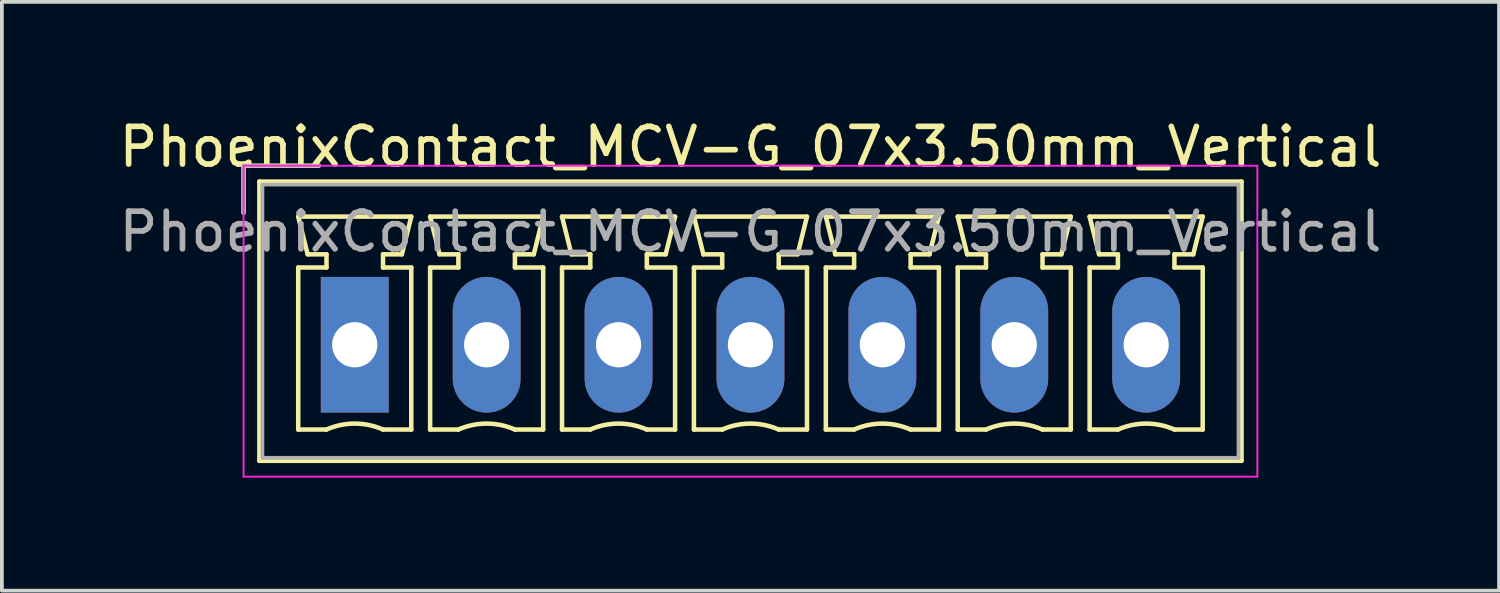
<source format=kicad_pcb>
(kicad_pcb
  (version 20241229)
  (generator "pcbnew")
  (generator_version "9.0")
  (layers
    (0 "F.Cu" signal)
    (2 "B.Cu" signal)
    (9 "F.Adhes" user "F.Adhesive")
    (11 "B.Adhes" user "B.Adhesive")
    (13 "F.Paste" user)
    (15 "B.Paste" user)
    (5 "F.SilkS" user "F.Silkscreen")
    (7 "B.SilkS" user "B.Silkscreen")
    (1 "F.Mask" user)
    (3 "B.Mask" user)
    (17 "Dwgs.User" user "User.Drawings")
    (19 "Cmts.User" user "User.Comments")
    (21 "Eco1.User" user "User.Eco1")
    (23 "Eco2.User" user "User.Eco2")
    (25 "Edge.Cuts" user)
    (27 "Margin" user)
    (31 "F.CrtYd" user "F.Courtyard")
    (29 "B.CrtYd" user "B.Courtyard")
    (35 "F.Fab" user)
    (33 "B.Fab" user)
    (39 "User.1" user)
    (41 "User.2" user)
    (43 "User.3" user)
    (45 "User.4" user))
  (footprint "PhoenixContact_MCV-G_07x3.50mm_Vertical"
    (layer "F.Cu")
    (at 6.363 6.098)
    (property "Reference" "PhoenixContact_MCV-G_07x3.50mm_Vertical" (at 10.5 -5.25 0) (layer "F.SilkS") (effects (font (size 1 1) (thickness 0.15))))
    (attr through_hole)
    (fp_line (start -2.95 -4.75) (end -0.95 -4.75) (stroke (width 0.12) (type solid)) (layer "F.SilkS"))
    (fp_line (start -2.95 -3.5) (end -2.95 -4.75) (stroke (width 0.12) (type solid)) (layer "F.SilkS"))
    (fp_line (start -2.53 -4.33) (end -2.53 3.08) (stroke (width 0.12) (type solid)) (layer "F.SilkS"))
    (fp_line (start -2.53 3.08) (end 23.53 3.08) (stroke (width 0.12) (type solid)) (layer "F.SilkS"))
    (fp_line (start -1.5 -3.4) (end 1.5 -3.4) (stroke (width 0.12) (type solid)) (layer "F.SilkS"))
    (fp_line (start -1.5 -2.05) (end -0.75 -2.05) (stroke (width 0.12) (type solid)) (layer "F.SilkS"))
    (fp_line (start -1.5 2.25) (end -1.5 -2.05) (stroke (width 0.12) (type solid)) (layer "F.SilkS"))
    (fp_line (start -1.25 -2.4) (end -1.5 -3.4) (stroke (width 0.12) (type solid)) (layer "F.SilkS"))
    (fp_line (start -0.75 -2.4) (end -1.25 -2.4) (stroke (width 0.12) (type solid)) (layer "F.SilkS"))
    (fp_line (start -0.75 -2.05) (end -0.75 -2.4) (stroke (width 0.12) (type solid)) (layer "F.SilkS"))
    (fp_line (start -0.75 2.25) (end -1.5 2.25) (stroke (width 0.12) (type solid)) (layer "F.SilkS"))
    (fp_line (start 0.75 -2.4) (end 0.75 -2.05) (stroke (width 0.12) (type solid)) (layer "F.SilkS"))
    (fp_line (start 0.75 -2.05) (end 1.5 -2.05) (stroke (width 0.12) (type solid)) (layer "F.SilkS"))
    (fp_line (start 1.25 -2.4) (end 0.75 -2.4) (stroke (width 0.12) (type solid)) (layer "F.SilkS"))
    (fp_line (start 1.5 -3.4) (end 1.25 -2.4) (stroke (width 0.12) (type solid)) (layer "F.SilkS"))
    (fp_line (start 1.5 -2.05) (end 1.5 2.25) (stroke (width 0.12) (type solid)) (layer "F.SilkS"))
    (fp_line (start 1.5 2.25) (end 0.75 2.25) (stroke (width 0.12) (type solid)) (layer "F.SilkS"))
    (fp_line (start 2 -3.4) (end 5 -3.4) (stroke (width 0.12) (type solid)) (layer "F.SilkS"))
    (fp_line (start 2 -2.05) (end 2.75 -2.05) (stroke (width 0.12) (type solid)) (layer "F.SilkS"))
    (fp_line (start 2 2.25) (end 2 -2.05) (stroke (width 0.12) (type solid)) (layer "F.SilkS"))
    (fp_line (start 2.25 -2.4) (end 2 -3.4) (stroke (width 0.12) (type solid)) (layer "F.SilkS"))
    (fp_line (start 2.75 -2.4) (end 2.25 -2.4) (stroke (width 0.12) (type solid)) (layer "F.SilkS"))
    (fp_line (start 2.75 -2.05) (end 2.75 -2.4) (stroke (width 0.12) (type solid)) (layer "F.SilkS"))
    (fp_line (start 2.75 2.25) (end 2 2.25) (stroke (width 0.12) (type solid)) (layer "F.SilkS"))
    (fp_line (start 4.25 -2.4) (end 4.25 -2.05) (stroke (width 0.12) (type solid)) (layer "F.SilkS"))
    (fp_line (start 4.25 -2.05) (end 5 -2.05) (stroke (width 0.12) (type solid)) (layer "F.SilkS"))
    (fp_line (start 4.75 -2.4) (end 4.25 -2.4) (stroke (width 0.12) (type solid)) (layer "F.SilkS"))
    (fp_line (start 5 -3.4) (end 4.75 -2.4) (stroke (width 0.12) (type solid)) (layer "F.SilkS"))
    (fp_line (start 5 -2.05) (end 5 2.25) (stroke (width 0.12) (type solid)) (layer "F.SilkS"))
    (fp_line (start 5 2.25) (end 4.25 2.25) (stroke (width 0.12) (type solid)) (layer "F.SilkS"))
    (fp_line (start 5.5 -3.4) (end 8.5 -3.4) (stroke (width 0.12) (type solid)) (layer "F.SilkS"))
    (fp_line (start 5.5 -2.05) (end 6.25 -2.05) (stroke (width 0.12) (type solid)) (layer "F.SilkS"))
    (fp_line (start 5.5 2.25) (end 5.5 -2.05) (stroke (width 0.12) (type solid)) (layer "F.SilkS"))
    (fp_line (start 5.75 -2.4) (end 5.5 -3.4) (stroke (width 0.12) (type solid)) (layer "F.SilkS"))
    (fp_line (start 6.25 -2.4) (end 5.75 -2.4) (stroke (width 0.12) (type solid)) (layer "F.SilkS"))
    (fp_line (start 6.25 -2.05) (end 6.25 -2.4) (stroke (width 0.12) (type solid)) (layer "F.SilkS"))
    (fp_line (start 6.25 2.25) (end 5.5 2.25) (stroke (width 0.12) (type solid)) (layer "F.SilkS"))
    (fp_line (start 7.75 -2.4) (end 7.75 -2.05) (stroke (width 0.12) (type solid)) (layer "F.SilkS"))
    (fp_line (start 7.75 -2.05) (end 8.5 -2.05) (stroke (width 0.12) (type solid)) (layer "F.SilkS"))
    (fp_line (start 8.25 -2.4) (end 7.75 -2.4) (stroke (width 0.12) (type solid)) (layer "F.SilkS"))
    (fp_line (start 8.5 -3.4) (end 8.25 -2.4) (stroke (width 0.12) (type solid)) (layer "F.SilkS"))
    (fp_line (start 8.5 -2.05) (end 8.5 2.25) (stroke (width 0.12) (type solid)) (layer "F.SilkS"))
    (fp_line (start 8.5 2.25) (end 7.75 2.25) (stroke (width 0.12) (type solid)) (layer "F.SilkS"))
    (fp_line (start 9 -3.4) (end 12 -3.4) (stroke (width 0.12) (type solid)) (layer "F.SilkS"))
    (fp_line (start 9 -2.05) (end 9.75 -2.05) (stroke (width 0.12) (type solid)) (layer "F.SilkS"))
    (fp_line (start 9 2.25) (end 9 -2.05) (stroke (width 0.12) (type solid)) (layer "F.SilkS"))
    (fp_line (start 9.25 -2.4) (end 9 -3.4) (stroke (width 0.12) (type solid)) (layer "F.SilkS"))
    (fp_line (start 9.75 -2.4) (end 9.25 -2.4) (stroke (width 0.12) (type solid)) (layer "F.SilkS"))
    (fp_line (start 9.75 -2.05) (end 9.75 -2.4) (stroke (width 0.12) (type solid)) (layer "F.SilkS"))
    (fp_line (start 9.75 2.25) (end 9 2.25) (stroke (width 0.12) (type solid)) (layer "F.SilkS"))
    (fp_line (start 11.25 -2.4) (end 11.25 -2.05) (stroke (width 0.12) (type solid)) (layer "F.SilkS"))
    (fp_line (start 11.25 -2.05) (end 12 -2.05) (stroke (width 0.12) (type solid)) (layer "F.SilkS"))
    (fp_line (start 11.75 -2.4) (end 11.25 -2.4) (stroke (width 0.12) (type solid)) (layer "F.SilkS"))
    (fp_line (start 12 -3.4) (end 11.75 -2.4) (stroke (width 0.12) (type solid)) (layer "F.SilkS"))
    (fp_line (start 12 -2.05) (end 12 2.25) (stroke (width 0.12) (type solid)) (layer "F.SilkS"))
    (fp_line (start 12 2.25) (end 11.25 2.25) (stroke (width 0.12) (type solid)) (layer "F.SilkS"))
    (fp_line (start 12.5 -3.4) (end 15.5 -3.4) (stroke (width 0.12) (type solid)) (layer "F.SilkS"))
    (fp_line (start 12.5 -2.05) (end 13.25 -2.05) (stroke (width 0.12) (type solid)) (layer "F.SilkS"))
    (fp_line (start 12.5 2.25) (end 12.5 -2.05) (stroke (width 0.12) (type solid)) (layer "F.SilkS"))
    (fp_line (start 12.75 -2.4) (end 12.5 -3.4) (stroke (width 0.12) (type solid)) (layer "F.SilkS"))
    (fp_line (start 13.25 -2.4) (end 12.75 -2.4) (stroke (width 0.12) (type solid)) (layer "F.SilkS"))
    (fp_line (start 13.25 -2.05) (end 13.25 -2.4) (stroke (width 0.12) (type solid)) (layer "F.SilkS"))
    (fp_line (start 13.25 2.25) (end 12.5 2.25) (stroke (width 0.12) (type solid)) (layer "F.SilkS"))
    (fp_line (start 14.75 -2.4) (end 14.75 -2.05) (stroke (width 0.12) (type solid)) (layer "F.SilkS"))
    (fp_line (start 14.75 -2.05) (end 15.5 -2.05) (stroke (width 0.12) (type solid)) (layer "F.SilkS"))
    (fp_line (start 15.25 -2.4) (end 14.75 -2.4) (stroke (width 0.12) (type solid)) (layer "F.SilkS"))
    (fp_line (start 15.5 -3.4) (end 15.25 -2.4) (stroke (width 0.12) (type solid)) (layer "F.SilkS"))
    (fp_line (start 15.5 -2.05) (end 15.5 2.25) (stroke (width 0.12) (type solid)) (layer "F.SilkS"))
    (fp_line (start 15.5 2.25) (end 14.75 2.25) (stroke (width 0.12) (type solid)) (layer "F.SilkS"))
    (fp_line (start 16 -3.4) (end 19 -3.4) (stroke (width 0.12) (type solid)) (layer "F.SilkS"))
    (fp_line (start 16 -2.05) (end 16.75 -2.05) (stroke (width 0.12) (type solid)) (layer "F.SilkS"))
    (fp_line (start 16 2.25) (end 16 -2.05) (stroke (width 0.12) (type solid)) (layer "F.SilkS"))
    (fp_line (start 16.25 -2.4) (end 16 -3.4) (stroke (width 0.12) (type solid)) (layer "F.SilkS"))
    (fp_line (start 16.75 -2.4) (end 16.25 -2.4) (stroke (width 0.12) (type solid)) (layer "F.SilkS"))
    (fp_line (start 16.75 -2.05) (end 16.75 -2.4) (stroke (width 0.12) (type solid)) (layer "F.SilkS"))
    (fp_line (start 16.75 2.25) (end 16 2.25) (stroke (width 0.12) (type solid)) (layer "F.SilkS"))
    (fp_line (start 18.25 -2.4) (end 18.25 -2.05) (stroke (width 0.12) (type solid)) (layer "F.SilkS"))
    (fp_line (start 18.25 -2.05) (end 19 -2.05) (stroke (width 0.12) (type solid)) (layer "F.SilkS"))
    (fp_line (start 18.75 -2.4) (end 18.25 -2.4) (stroke (width 0.12) (type solid)) (layer "F.SilkS"))
    (fp_line (start 19 -3.4) (end 18.75 -2.4) (stroke (width 0.12) (type solid)) (layer "F.SilkS"))
    (fp_line (start 19 -2.05) (end 19 2.25) (stroke (width 0.12) (type solid)) (layer "F.SilkS"))
    (fp_line (start 19 2.25) (end 18.25 2.25) (stroke (width 0.12) (type solid)) (layer "F.SilkS"))
    (fp_line (start 19.5 -3.4) (end 22.5 -3.4) (stroke (width 0.12) (type solid)) (layer "F.SilkS"))
    (fp_line (start 19.5 -2.05) (end 20.25 -2.05) (stroke (width 0.12) (type solid)) (layer "F.SilkS"))
    (fp_line (start 19.5 2.25) (end 19.5 -2.05) (stroke (width 0.12) (type solid)) (layer "F.SilkS"))
    (fp_line (start 19.75 -2.4) (end 19.5 -3.4) (stroke (width 0.12) (type solid)) (layer "F.SilkS"))
    (fp_line (start 20.25 -2.4) (end 19.75 -2.4) (stroke (width 0.12) (type solid)) (layer "F.SilkS"))
    (fp_line (start 20.25 -2.05) (end 20.25 -2.4) (stroke (width 0.12) (type solid)) (layer "F.SilkS"))
    (fp_line (start 20.25 2.25) (end 19.5 2.25) (stroke (width 0.12) (type solid)) (layer "F.SilkS"))
    (fp_line (start 21.75 -2.4) (end 21.75 -2.05) (stroke (width 0.12) (type solid)) (layer "F.SilkS"))
    (fp_line (start 21.75 -2.05) (end 22.5 -2.05) (stroke (width 0.12) (type solid)) (layer "F.SilkS"))
    (fp_line (start 22.25 -2.4) (end 21.75 -2.4) (stroke (width 0.12) (type solid)) (layer "F.SilkS"))
    (fp_line (start 22.5 -3.4) (end 22.25 -2.4) (stroke (width 0.12) (type solid)) (layer "F.SilkS"))
    (fp_line (start 22.5 -2.05) (end 22.5 2.25) (stroke (width 0.12) (type solid)) (layer "F.SilkS"))
    (fp_line (start 22.5 2.25) (end 21.75 2.25) (stroke (width 0.12) (type solid)) (layer "F.SilkS"))
    (fp_line (start 23.53 -4.33) (end -2.53 -4.33) (stroke (width 0.12) (type solid)) (layer "F.SilkS"))
    (fp_line (start 23.53 3.08) (end 23.53 -4.33) (stroke (width 0.12) (type solid)) (layer "F.SilkS"))
    (fp_arc (start -0.75 2.25) (mid -0.000193 2.09191) (end 0.749647 2.249844) (stroke (width 0.12) (type solid)) (layer "F.SilkS"))
    (fp_arc (start 2.75 2.25) (mid 3.499807 2.09191) (end 4.249647 2.249844) (stroke (width 0.12) (type solid)) (layer "F.SilkS"))
    (fp_arc (start 6.25 2.25) (mid 6.999807 2.09191) (end 7.749647 2.249844) (stroke (width 0.12) (type solid)) (layer "F.SilkS"))
    (fp_arc (start 9.75 2.25) (mid 10.499807 2.09191) (end 11.249647 2.249844) (stroke (width 0.12) (type solid)) (layer "F.SilkS"))
    (fp_arc (start 13.25 2.25) (mid 13.999807 2.09191) (end 14.749647 2.249844) (stroke (width 0.12) (type solid)) (layer "F.SilkS"))
    (fp_arc (start 16.75 2.25) (mid 17.499807 2.09191) (end 18.249647 2.249844) (stroke (width 0.12) (type solid)) (layer "F.SilkS"))
    (fp_arc (start 20.25 2.25) (mid 20.999807 2.09191) (end 21.749647 2.249844) (stroke (width 0.12) (type solid)) (layer "F.SilkS"))
    (fp_line (start -2.95 -4.75) (end -2.95 3.5) (stroke (width 0.05) (type solid)) (layer "F.CrtYd"))
    (fp_line (start -2.95 3.5) (end 23.95 3.5) (stroke (width 0.05) (type solid)) (layer "F.CrtYd"))
    (fp_line (start 23.95 -4.75) (end -2.95 -4.75) (stroke (width 0.05) (type solid)) (layer "F.CrtYd"))
    (fp_line (start 23.95 3.5) (end 23.95 -4.75) (stroke (width 0.05) (type solid)) (layer "F.CrtYd"))
    (fp_line (start -2.95 -4.75) (end -0.95 -4.75) (stroke (width 0.1) (type solid)) (layer "F.Fab"))
    (fp_line (start -2.95 -3.5) (end -2.95 -4.75) (stroke (width 0.1) (type solid)) (layer "F.Fab"))
    (fp_line (start -2.45 -4.25) (end -2.45 3) (stroke (width 0.1) (type solid)) (layer "F.Fab"))
    (fp_line (start -2.45 3) (end 23.45 3) (stroke (width 0.1) (type solid)) (layer "F.Fab"))
    (fp_line (start 23.45 -4.25) (end -2.45 -4.25) (stroke (width 0.1) (type solid)) (layer "F.Fab"))
    (fp_line (start 23.45 3) (end 23.45 -4.25) (stroke (width 0.1) (type solid)) (layer "F.Fab"))
    (fp_text user "${REFERENCE}" (at 10.5 -3 0) (layer "F.Fab") (effects (font (size 1 1) (thickness 0.15))))
    (pad "1" thru_hole rect (at 0 0) (size 1.8 3.6) (drill 1.2) (layers "*.Cu" "*.Mask"))
    (pad "2" thru_hole oval (at 3.5 0) (size 1.8 3.6) (drill 1.2) (layers "*.Cu" "*.Mask"))
    (pad "3" thru_hole oval (at 7 0) (size 1.8 3.6) (drill 1.2) (layers "*.Cu" "*.Mask"))
    (pad "4" thru_hole oval (at 10.5 0) (size 1.8 3.6) (drill 1.2) (layers "*.Cu" "*.Mask"))
    (pad "5" thru_hole oval (at 14 0) (size 1.8 3.6) (drill 1.2) (layers "*.Cu" "*.Mask"))
    (pad "6" thru_hole oval (at 17.5 0) (size 1.8 3.6) (drill 1.2) (layers "*.Cu" "*.Mask"))
    (pad "7" thru_hole oval (at 21 0) (size 1.8 3.6) (drill 1.2) (layers "*.Cu" "*.Mask")))
  (gr_rect
    (start -3 -3)
    (end 36.726 12.623)
    (stroke (width 0.1) (type default))
    (fill no)
    (layer "Edge.Cuts")))
</source>
